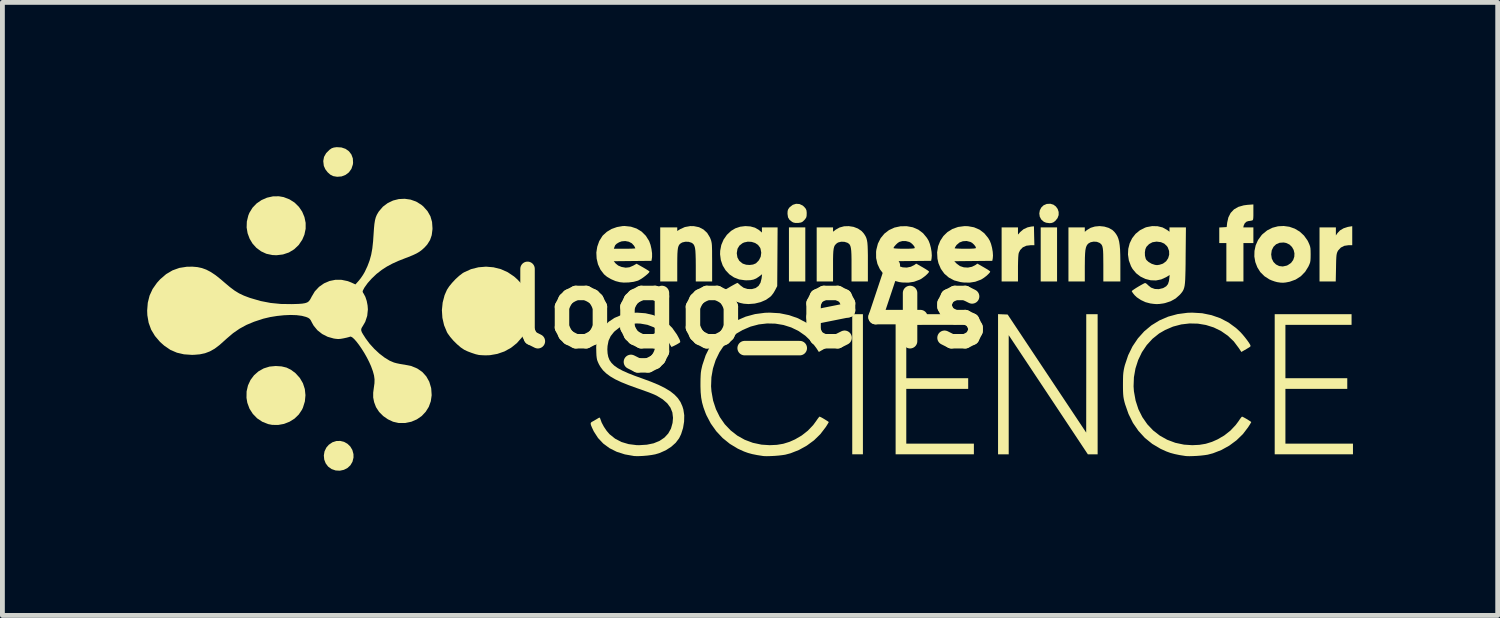
<source format=kicad_pcb>
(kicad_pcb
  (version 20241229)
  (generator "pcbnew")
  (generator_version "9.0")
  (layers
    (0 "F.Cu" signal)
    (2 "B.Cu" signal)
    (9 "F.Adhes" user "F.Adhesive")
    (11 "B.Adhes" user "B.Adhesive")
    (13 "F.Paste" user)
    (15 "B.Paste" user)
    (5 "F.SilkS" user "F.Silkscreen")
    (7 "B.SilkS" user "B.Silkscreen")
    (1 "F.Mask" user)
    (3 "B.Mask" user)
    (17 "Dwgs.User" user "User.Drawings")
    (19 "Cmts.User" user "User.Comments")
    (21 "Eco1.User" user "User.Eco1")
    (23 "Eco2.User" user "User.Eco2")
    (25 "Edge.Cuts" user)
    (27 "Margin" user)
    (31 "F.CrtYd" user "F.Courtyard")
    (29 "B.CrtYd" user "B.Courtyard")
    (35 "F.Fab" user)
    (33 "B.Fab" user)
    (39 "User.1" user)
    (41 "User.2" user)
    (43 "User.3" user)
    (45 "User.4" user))
  (footprint "logo_e4s"
    (layer "F.Cu")
    (at 12.491 3.344)
    (property "Reference" "logo_e4s" (at 0 0 0) (layer "F.SilkS") (effects (font (size 1.5 1.5) (thickness 0.3))))
    (attr board_only exclude_from_pos_files exclude_from_bom)
    (fp_poly (pts (xy 1.15 -1.12) (xy 1.15 -0.56) (xy 0.98 -0.56) (xy 0.811 -0.56) (xy 0.811 -1.12) (xy 0.811 -1.681) (xy 0.98 -1.681) (xy 1.15 -1.681)) (stroke (width 0) (type solid)) (fill yes) (layer "F.SilkS"))
    (fp_poly (pts (xy 2.344 1.57) (xy 2.344 3.022) (xy 2.233 3.022) (xy 2.123 3.022) (xy 2.123 1.57) (xy 2.123 0.118) (xy 2.233 0.118) (xy 2.344 0.118)) (stroke (width 0) (type solid)) (fill yes) (layer "F.SilkS"))
    (fp_poly (pts (xy 6.368 -1.12) (xy 6.368 -0.56) (xy 6.199 -0.56) (xy 6.029 -0.56) (xy 6.029 -1.12) (xy 6.029 -1.681) (xy 6.199 -1.681) (xy 6.368 -1.681)) (stroke (width 0) (type solid)) (fill yes) (layer "F.SilkS"))
    (fp_poly (pts (xy 5.244 0.121) (xy 5.344 0.125) (xy 6.158 1.349) (xy 6.972 2.572) (xy 6.973 1.345) (xy 6.973 0.118) (xy 7.091 0.118) (xy 7.209 0.118) (xy 7.209 1.57) (xy 7.209 3.022) (xy 7.107 3.022) (xy 7.006 3.022) (xy 6.186 1.787) (xy 5.366 0.553) (xy 5.366 1.787) (xy 5.366 3.022) (xy 5.255 3.022) (xy 5.145 3.022) (xy 5.145 1.569) (xy 5.145 0.117)) (stroke (width 0) (type solid)) (fill yes) (layer "F.SilkS"))
    (fp_poly (pts (xy 6.293 -2.152) (xy 6.344 -2.114) (xy 6.381 -2.062) (xy 6.401 -2.001) (xy 6.401 -1.936) (xy 6.378 -1.873) (xy 6.331 -1.815) (xy 6.331 -1.815) (xy 6.289 -1.784) (xy 6.247 -1.771) (xy 6.209 -1.769) (xy 6.141 -1.778) (xy 6.093 -1.798) (xy 6.04 -1.845) (xy 6.009 -1.904) (xy 6 -1.97) (xy 6.011 -2.035) (xy 6.041 -2.093) (xy 6.089 -2.139) (xy 6.154 -2.167) (xy 6.228 -2.171)) (stroke (width 0) (type solid)) (fill yes) (layer "F.SilkS"))
    (fp_poly (pts (xy -8.41 2.764) (xy -8.339 2.804) (xy -8.281 2.86) (xy -8.238 2.932) (xy -8.215 3.018) (xy -8.214 3.089) (xy -8.235 3.175) (xy -8.278 3.249) (xy -8.339 3.306) (xy -8.414 3.344) (xy -8.498 3.362) (xy -8.585 3.357) (xy -8.669 3.328) (xy -8.74 3.277) (xy -8.791 3.209) (xy -8.821 3.131) (xy -8.829 3.046) (xy -8.815 2.962) (xy -8.778 2.884) (xy -8.727 2.825) (xy -8.651 2.773) (xy -8.57 2.747) (xy -8.488 2.745)) (stroke (width 0) (type solid)) (fill yes) (layer "F.SilkS"))
    (fp_poly (pts (xy 4.629 0.228) (xy 4.629 0.339) (xy 3.936 0.339) (xy 3.243 0.339) (xy 3.243 0.892) (xy 3.243 1.445) (xy 3.884 1.445) (xy 4.526 1.445) (xy 4.526 1.555) (xy 4.526 1.666) (xy 3.884 1.666) (xy 3.243 1.666) (xy 3.243 2.233) (xy 3.243 2.801) (xy 3.943 2.801) (xy 4.644 2.801) (xy 4.644 2.911) (xy 4.644 3.022) (xy 3.833 3.022) (xy 3.022 3.022) (xy 3.022 1.57) (xy 3.022 0.118) (xy 3.825 0.118) (xy 4.629 0.118)) (stroke (width 0) (type solid)) (fill yes) (layer "F.SilkS"))
    (fp_poly (pts (xy 12.472 0.228) (xy 12.472 0.339) (xy 11.786 0.339) (xy 11.101 0.339) (xy 11.101 0.892) (xy 11.101 1.445) (xy 11.742 1.445) (xy 12.383 1.445) (xy 12.383 1.555) (xy 12.383 1.666) (xy 11.742 1.666) (xy 11.101 1.666) (xy 11.101 2.233) (xy 11.101 2.801) (xy 11.801 2.801) (xy 12.501 2.801) (xy 12.501 2.911) (xy 12.501 3.022) (xy 11.69 3.022) (xy 10.879 3.022) (xy 10.879 1.57) (xy 10.879 0.118) (xy 11.675 0.118) (xy 12.472 0.118)) (stroke (width 0) (type solid)) (fill yes) (layer "F.SilkS"))
    (fp_poly (pts (xy -8.465 -3.338) (xy -8.379 -3.309) (xy -8.309 -3.259) (xy -8.258 -3.192) (xy -8.228 -3.111) (xy -8.223 -3.018) (xy -8.228 -2.982) (xy -8.258 -2.893) (xy -8.31 -2.821) (xy -8.379 -2.769) (xy -8.462 -2.737) (xy -8.554 -2.73) (xy -8.636 -2.744) (xy -8.695 -2.774) (xy -8.751 -2.824) (xy -8.798 -2.886) (xy -8.828 -2.953) (xy -8.83 -2.96) (xy -8.841 -3.056) (xy -8.825 -3.142) (xy -8.781 -3.22) (xy -8.709 -3.292) (xy -8.708 -3.292) (xy -8.666 -3.321) (xy -8.622 -3.336) (xy -8.564 -3.344)) (stroke (width 0) (type solid)) (fill yes) (layer "F.SilkS"))
    (fp_poly (pts (xy 5.893 -1.507) (xy 5.898 -1.312) (xy 5.823 -1.312) (xy 5.731 -1.301) (xy 5.657 -1.267) (xy 5.603 -1.211) (xy 5.574 -1.151) (xy 5.568 -1.117) (xy 5.563 -1.057) (xy 5.56 -0.976) (xy 5.558 -0.879) (xy 5.558 -0.831) (xy 5.558 -0.56) (xy 5.388 -0.56) (xy 5.219 -0.56) (xy 5.219 -1.12) (xy 5.219 -1.681) (xy 5.388 -1.681) (xy 5.558 -1.681) (xy 5.558 -1.606) (xy 5.558 -1.532) (xy 5.605 -1.586) (xy 5.673 -1.643) (xy 5.757 -1.682) (xy 5.832 -1.698) (xy 5.889 -1.703)) (stroke (width 0) (type solid)) (fill yes) (layer "F.SilkS"))
    (fp_poly (pts (xy 1.03 -2.165) (xy 1.096 -2.134) (xy 1.131 -2.102) (xy 1.16 -2.067) (xy 1.174 -2.033) (xy 1.179 -1.989) (xy 1.179 -1.968) (xy 1.177 -1.917) (xy 1.167 -1.881) (xy 1.143 -1.848) (xy 1.13 -1.833) (xy 1.096 -1.8) (xy 1.063 -1.783) (xy 1.017 -1.775) (xy 1.001 -1.773) (xy 0.943 -1.773) (xy 0.9 -1.783) (xy 0.875 -1.796) (xy 0.822 -1.839) (xy 0.792 -1.889) (xy 0.782 -1.956) (xy 0.781 -1.972) (xy 0.784 -2.023) (xy 0.796 -2.058) (xy 0.822 -2.094) (xy 0.829 -2.102) (xy 0.891 -2.149) (xy 0.959 -2.17)) (stroke (width 0) (type solid)) (fill yes) (layer "F.SilkS"))
    (fp_poly (pts (xy 12.486 -1.509) (xy 12.486 -1.312) (xy 12.409 -1.312) (xy 12.322 -1.299) (xy 12.25 -1.263) (xy 12.196 -1.205) (xy 12.185 -1.187) (xy 12.174 -1.163) (xy 12.166 -1.137) (xy 12.16 -1.104) (xy 12.156 -1.058) (xy 12.153 -0.995) (xy 12.151 -0.911) (xy 12.15 -0.844) (xy 12.144 -0.56) (xy 11.976 -0.56) (xy 11.808 -0.56) (xy 11.808 -1.12) (xy 11.808 -1.681) (xy 11.978 -1.681) (xy 12.147 -1.681) (xy 12.147 -1.597) (xy 12.147 -1.514) (xy 12.181 -1.564) (xy 12.233 -1.619) (xy 12.306 -1.662) (xy 12.392 -1.69) (xy 12.412 -1.694) (xy 12.486 -1.706)) (stroke (width 0) (type solid)) (fill yes) (layer "F.SilkS"))
    (fp_poly (pts (xy -9.663 -2.309) (xy -9.541 -2.262) (xy -9.434 -2.194) (xy -9.346 -2.107) (xy -9.278 -2.007) (xy -9.231 -1.895) (xy -9.206 -1.775) (xy -9.206 -1.652) (xy -9.232 -1.529) (xy -9.275 -1.428) (xy -9.35 -1.316) (xy -9.444 -1.227) (xy -9.553 -1.161) (xy -9.676 -1.12) (xy -9.81 -1.104) (xy -9.897 -1.108) (xy -10.02 -1.134) (xy -10.13 -1.185) (xy -10.226 -1.256) (xy -10.306 -1.344) (xy -10.367 -1.446) (xy -10.409 -1.559) (xy -10.429 -1.678) (xy -10.425 -1.802) (xy -10.395 -1.926) (xy -10.372 -1.983) (xy -10.308 -2.088) (xy -10.223 -2.177) (xy -10.121 -2.247) (xy -10.007 -2.297) (xy -9.885 -2.324) (xy -9.761 -2.326)) (stroke (width 0) (type solid)) (fill yes) (layer "F.SilkS"))
    (fp_poly (pts (xy -9.705 1.2) (xy -9.602 1.225) (xy -9.509 1.271) (xy -9.417 1.34) (xy -9.415 1.342) (xy -9.327 1.439) (xy -9.262 1.55) (xy -9.223 1.67) (xy -9.21 1.797) (xy -9.222 1.926) (xy -9.262 2.055) (xy -9.282 2.098) (xy -9.349 2.198) (xy -9.436 2.282) (xy -9.54 2.347) (xy -9.655 2.392) (xy -9.777 2.414) (xy -9.901 2.412) (xy -9.982 2.396) (xy -10.104 2.348) (xy -10.212 2.276) (xy -10.301 2.184) (xy -10.37 2.076) (xy -10.415 1.954) (xy -10.432 1.852) (xy -10.43 1.719) (xy -10.401 1.594) (xy -10.349 1.482) (xy -10.276 1.384) (xy -10.184 1.303) (xy -10.076 1.242) (xy -9.955 1.204) (xy -9.826 1.192)) (stroke (width 0) (type solid)) (fill yes) (layer "F.SilkS"))
    (fp_poly (pts (xy 10.437 -1.994) (xy 10.437 -1.923) (xy 10.435 -1.876) (xy 10.431 -1.847) (xy 10.424 -1.832) (xy 10.412 -1.825) (xy 10.404 -1.823) (xy 10.362 -1.815) (xy 10.339 -1.813) (xy 10.296 -1.8) (xy 10.258 -1.766) (xy 10.237 -1.721) (xy 10.228 -1.681) (xy 10.332 -1.681) (xy 10.437 -1.681) (xy 10.437 -1.518) (xy 10.437 -1.356) (xy 10.334 -1.356) (xy 10.231 -1.356) (xy 10.231 -0.958) (xy 10.231 -0.56) (xy 10.054 -0.56) (xy 9.877 -0.56) (xy 9.877 -0.958) (xy 9.877 -1.356) (xy 9.803 -1.356) (xy 9.73 -1.356) (xy 9.73 -1.518) (xy 9.73 -1.679) (xy 9.807 -1.683) (xy 9.884 -1.688) (xy 9.894 -1.779) (xy 9.919 -1.889) (xy 9.966 -1.981) (xy 10.035 -2.054) (xy 10.125 -2.106) (xy 10.237 -2.138) (xy 10.313 -2.148) (xy 10.437 -2.157)) (stroke (width 0) (type solid)) (fill yes) (layer "F.SilkS"))
    (fp_poly (pts (xy 7.346 -1.698) (xy 7.437 -1.671) (xy 7.515 -1.627) (xy 7.557 -1.587) (xy 7.591 -1.543) (xy 7.618 -1.498) (xy 7.639 -1.446) (xy 7.655 -1.386) (xy 7.666 -1.312) (xy 7.674 -1.222) (xy 7.678 -1.111) (xy 7.68 -0.977) (xy 7.68 -0.903) (xy 7.68 -0.56) (xy 7.504 -0.56) (xy 7.327 -0.56) (xy 7.327 -0.907) (xy 7.326 -1.028) (xy 7.325 -1.122) (xy 7.322 -1.194) (xy 7.316 -1.248) (xy 7.307 -1.288) (xy 7.295 -1.316) (xy 7.278 -1.337) (xy 7.256 -1.355) (xy 7.247 -1.361) (xy 7.192 -1.382) (xy 7.126 -1.386) (xy 7.063 -1.373) (xy 7.02 -1.349) (xy 6.997 -1.326) (xy 6.979 -1.297) (xy 6.965 -1.258) (xy 6.955 -1.207) (xy 6.949 -1.139) (xy 6.945 -1.05) (xy 6.944 -0.938) (xy 6.943 -0.871) (xy 6.943 -0.56) (xy 6.774 -0.56) (xy 6.604 -0.56) (xy 6.604 -1.12) (xy 6.604 -1.681) (xy 6.774 -1.681) (xy 6.943 -1.681) (xy 6.943 -1.635) (xy 6.943 -1.589) (xy 6.987 -1.626) (xy 7.063 -1.672) (xy 7.152 -1.699) (xy 7.249 -1.708)) (stroke (width 0) (type solid)) (fill yes) (layer "F.SilkS"))
    (fp_poly (pts (xy -1.16 -1.707) (xy -1.052 -1.685) (xy -0.96 -1.637) (xy -0.884 -1.567) (xy -0.827 -1.473) (xy -0.813 -1.439) (xy -0.803 -1.412) (xy -0.796 -1.384) (xy -0.79 -1.353) (xy -0.786 -1.313) (xy -0.784 -1.261) (xy -0.782 -1.193) (xy -0.782 -1.104) (xy -0.781 -0.99) (xy -0.781 -0.958) (xy -0.781 -0.56) (xy -0.951 -0.56) (xy -1.12 -0.56) (xy -1.12 -0.892) (xy -1.121 -1.018) (xy -1.124 -1.118) (xy -1.128 -1.195) (xy -1.136 -1.254) (xy -1.148 -1.296) (xy -1.164 -1.327) (xy -1.186 -1.349) (xy -1.21 -1.364) (xy -1.268 -1.382) (xy -1.335 -1.384) (xy -1.397 -1.37) (xy -1.415 -1.361) (xy -1.441 -1.344) (xy -1.462 -1.323) (xy -1.477 -1.295) (xy -1.489 -1.256) (xy -1.496 -1.204) (xy -1.501 -1.133) (xy -1.503 -1.042) (xy -1.504 -0.925) (xy -1.504 -0.899) (xy -1.504 -0.56) (xy -1.681 -0.56) (xy -1.857 -0.56) (xy -1.857 -1.12) (xy -1.857 -1.681) (xy -1.681 -1.681) (xy -1.504 -1.681) (xy -1.504 -1.644) (xy -1.504 -1.606) (xy -1.446 -1.643) (xy -1.347 -1.688) (xy -1.235 -1.708)) (stroke (width 0) (type solid)) (fill yes) (layer "F.SilkS"))
    (fp_poly (pts (xy 2.15 -1.692) (xy 2.241 -1.657) (xy 2.317 -1.605) (xy 2.353 -1.566) (xy 2.379 -1.53) (xy 2.4 -1.495) (xy 2.416 -1.458) (xy 2.428 -1.415) (xy 2.437 -1.361) (xy 2.442 -1.294) (xy 2.445 -1.208) (xy 2.447 -1.101) (xy 2.447 -0.968) (xy 2.447 -0.965) (xy 2.447 -0.56) (xy 2.278 -0.56) (xy 2.108 -0.56) (xy 2.108 -0.9) (xy 2.108 -1.023) (xy 2.106 -1.121) (xy 2.102 -1.196) (xy 2.095 -1.252) (xy 2.085 -1.293) (xy 2.071 -1.323) (xy 2.052 -1.343) (xy 2.027 -1.36) (xy 2.022 -1.363) (xy 1.96 -1.382) (xy 1.893 -1.384) (xy 1.832 -1.369) (xy 1.806 -1.354) (xy 1.782 -1.332) (xy 1.762 -1.309) (xy 1.748 -1.279) (xy 1.738 -1.239) (xy 1.731 -1.185) (xy 1.727 -1.114) (xy 1.725 -1.021) (xy 1.725 -0.903) (xy 1.725 -0.892) (xy 1.725 -0.56) (xy 1.555 -0.56) (xy 1.386 -0.56) (xy 1.386 -1.12) (xy 1.386 -1.681) (xy 1.555 -1.681) (xy 1.725 -1.681) (xy 1.725 -1.636) (xy 1.725 -1.591) (xy 1.78 -1.634) (xy 1.861 -1.679) (xy 1.954 -1.704) (xy 2.052 -1.707)) (stroke (width 0) (type solid)) (fill yes) (layer "F.SilkS"))
    (fp_poly (pts (xy -5.313 -0.854) (xy -5.161 -0.816) (xy -5.018 -0.752) (xy -4.887 -0.664) (xy -4.814 -0.599) (xy -4.746 -0.525) (xy -4.695 -0.454) (xy -4.649 -0.371) (xy -4.648 -0.369) (xy -4.601 -0.263) (xy -4.571 -0.167) (xy -4.554 -0.072) (xy -4.549 0.036) (xy -4.549 0.052) (xy -4.553 0.162) (xy -4.568 0.259) (xy -4.597 0.353) (xy -4.641 0.457) (xy -4.648 0.472) (xy -4.728 0.604) (xy -4.83 0.719) (xy -4.95 0.815) (xy -5.086 0.89) (xy -5.233 0.941) (xy -5.387 0.968) (xy -5.477 0.971) (xy -5.535 0.969) (xy -5.585 0.966) (xy -5.617 0.963) (xy -5.685 0.947) (xy -5.766 0.92) (xy -5.848 0.889) (xy -5.918 0.856) (xy -5.926 0.851) (xy -5.994 0.805) (xy -6.068 0.741) (xy -6.143 0.667) (xy -6.21 0.589) (xy -6.262 0.517) (xy -6.277 0.491) (xy -6.337 0.347) (xy -6.372 0.193) (xy -6.382 0.034) (xy -6.366 -0.125) (xy -6.326 -0.277) (xy -6.277 -0.388) (xy -6.232 -0.457) (xy -6.17 -0.533) (xy -6.098 -0.61) (xy -6.022 -0.679) (xy -5.951 -0.733) (xy -5.926 -0.748) (xy -5.779 -0.815) (xy -5.625 -0.854) (xy -5.468 -0.867)) (stroke (width 0) (type solid)) (fill yes) (layer "F.SilkS"))
    (fp_poly (pts (xy 11.183 -1.694) (xy 11.294 -1.655) (xy 11.397 -1.594) (xy 11.486 -1.512) (xy 11.559 -1.41) (xy 11.577 -1.374) (xy 11.598 -1.326) (xy 11.612 -1.287) (xy 11.62 -1.246) (xy 11.623 -1.195) (xy 11.624 -1.123) (xy 11.624 -1.12) (xy 11.623 -1.048) (xy 11.62 -0.996) (xy 11.613 -0.955) (xy 11.599 -0.917) (xy 11.578 -0.871) (xy 11.578 -0.87) (xy 11.509 -0.759) (xy 11.42 -0.668) (xy 11.312 -0.599) (xy 11.19 -0.555) (xy 11.174 -0.552) (xy 11.107 -0.539) (xy 11.054 -0.534) (xy 11.001 -0.536) (xy 10.933 -0.546) (xy 10.932 -0.546) (xy 10.88 -0.56) (xy 10.817 -0.582) (xy 10.767 -0.604) (xy 10.665 -0.67) (xy 10.581 -0.754) (xy 10.519 -0.853) (xy 10.477 -0.962) (xy 10.457 -1.077) (xy 10.458 -1.121) (xy 10.806 -1.121) (xy 10.818 -1.036) (xy 10.853 -0.965) (xy 10.905 -0.913) (xy 10.971 -0.88) (xy 11.046 -0.871) (xy 11.126 -0.888) (xy 11.151 -0.899) (xy 11.218 -0.945) (xy 11.262 -1.005) (xy 11.285 -1.073) (xy 11.288 -1.144) (xy 11.272 -1.213) (xy 11.237 -1.275) (xy 11.186 -1.325) (xy 11.117 -1.358) (xy 11.064 -1.368) (xy 10.98 -1.362) (xy 10.908 -1.331) (xy 10.854 -1.279) (xy 10.818 -1.208) (xy 10.806 -1.122) (xy 10.806 -1.121) (xy 10.458 -1.121) (xy 10.46 -1.194) (xy 10.485 -1.31) (xy 10.534 -1.42) (xy 10.607 -1.52) (xy 10.625 -1.539) (xy 10.723 -1.619) (xy 10.833 -1.674) (xy 10.948 -1.704) (xy 11.066 -1.71)) (stroke (width 0) (type solid)) (fill yes) (layer "F.SilkS"))
    (fp_poly (pts (xy 4.52 -1.706) (xy 4.647 -1.683) (xy 4.761 -1.634) (xy 4.859 -1.56) (xy 4.939 -1.463) (xy 4.975 -1.402) (xy 5 -1.337) (xy 5.021 -1.257) (xy 5.035 -1.174) (xy 5.04 -1.097) (xy 5.036 -1.043) (xy 5.026 -0.988) (xy 4.632 -0.984) (xy 4.238 -0.98) (xy 4.29 -0.927) (xy 4.356 -0.879) (xy 4.435 -0.853) (xy 4.521 -0.848) (xy 4.605 -0.865) (xy 4.676 -0.901) (xy 4.716 -0.93) (xy 4.849 -0.854) (xy 4.905 -0.821) (xy 4.949 -0.793) (xy 4.976 -0.773) (xy 4.983 -0.765) (xy 4.971 -0.742) (xy 4.941 -0.71) (xy 4.899 -0.672) (xy 4.852 -0.636) (xy 4.805 -0.606) (xy 4.785 -0.596) (xy 4.671 -0.554) (xy 4.555 -0.536) (xy 4.429 -0.539) (xy 4.364 -0.548) (xy 4.236 -0.582) (xy 4.125 -0.641) (xy 4.032 -0.721) (xy 3.96 -0.821) (xy 3.91 -0.938) (xy 3.889 -1.032) (xy 3.882 -1.165) (xy 3.896 -1.248) (xy 4.246 -1.248) (xy 4.26 -1.245) (xy 4.298 -1.242) (xy 4.355 -1.24) (xy 4.427 -1.238) (xy 4.467 -1.238) (xy 4.564 -1.239) (xy 4.633 -1.242) (xy 4.674 -1.247) (xy 4.688 -1.254) (xy 4.688 -1.254) (xy 4.676 -1.287) (xy 4.647 -1.324) (xy 4.609 -1.359) (xy 4.574 -1.379) (xy 4.494 -1.399) (xy 4.415 -1.394) (xy 4.344 -1.367) (xy 4.287 -1.318) (xy 4.278 -1.306) (xy 4.257 -1.273) (xy 4.246 -1.251) (xy 4.246 -1.248) (xy 3.896 -1.248) (xy 3.902 -1.29) (xy 3.947 -1.403) (xy 4.012 -1.502) (xy 4.097 -1.585) (xy 4.199 -1.648) (xy 4.316 -1.69) (xy 4.444 -1.707)) (stroke (width 0) (type solid)) (fill yes) (layer "F.SilkS"))
    (fp_poly (pts (xy -2.465 -1.696) (xy -2.347 -1.657) (xy -2.243 -1.594) (xy -2.156 -1.508) (xy -2.089 -1.402) (xy -2.085 -1.393) (xy -2.058 -1.319) (xy -2.038 -1.231) (xy -2.026 -1.144) (xy -2.026 -1.068) (xy -2.028 -1.052) (xy -2.038 -0.988) (xy -2.429 -0.984) (xy -2.82 -0.98) (xy -2.78 -0.932) (xy -2.728 -0.89) (xy -2.658 -0.861) (xy -2.573 -0.846) (xy -2.496 -0.854) (xy -2.417 -0.888) (xy -2.408 -0.893) (xy -2.347 -0.928) (xy -2.213 -0.852) (xy -2.157 -0.819) (xy -2.113 -0.792) (xy -2.085 -0.772) (xy -2.079 -0.765) (xy -2.09 -0.744) (xy -2.121 -0.713) (xy -2.164 -0.677) (xy -2.214 -0.639) (xy -2.265 -0.606) (xy -2.309 -0.582) (xy -2.323 -0.576) (xy -2.408 -0.553) (xy -2.509 -0.54) (xy -2.613 -0.537) (xy -2.693 -0.545) (xy -2.783 -0.568) (xy -2.876 -0.608) (xy -2.961 -0.658) (xy -3.022 -0.709) (xy -3.096 -0.806) (xy -3.147 -0.916) (xy -3.175 -1.036) (xy -3.181 -1.159) (xy -3.169 -1.238) (xy -2.818 -1.238) (xy -2.596 -1.238) (xy -2.518 -1.239) (xy -2.453 -1.24) (xy -2.404 -1.243) (xy -2.377 -1.245) (xy -2.373 -1.247) (xy -2.38 -1.265) (xy -2.397 -1.296) (xy -2.399 -1.3) (xy -2.445 -1.351) (xy -2.508 -1.384) (xy -2.581 -1.398) (xy -2.656 -1.392) (xy -2.71 -1.372) (xy -2.76 -1.342) (xy -2.79 -1.312) (xy -2.807 -1.271) (xy -2.818 -1.238) (xy -3.169 -1.238) (xy -3.162 -1.281) (xy -3.121 -1.397) (xy -3.056 -1.502) (xy -3.043 -1.517) (xy -2.964 -1.589) (xy -2.866 -1.648) (xy -2.754 -1.688) (xy -2.638 -1.708) (xy -2.595 -1.71)) (stroke (width 0) (type solid)) (fill yes) (layer "F.SilkS"))
    (fp_poly (pts (xy 3.379 -1.683) (xy 3.493 -1.634) (xy 3.591 -1.56) (xy 3.671 -1.463) (xy 3.707 -1.402) (xy 3.732 -1.337) (xy 3.753 -1.257) (xy 3.767 -1.174) (xy 3.772 -1.097) (xy 3.768 -1.043) (xy 3.758 -0.988) (xy 3.364 -0.984) (xy 2.97 -0.98) (xy 3.023 -0.927) (xy 3.088 -0.879) (xy 3.168 -0.853) (xy 3.253 -0.848) (xy 3.337 -0.865) (xy 3.408 -0.901) (xy 3.448 -0.93) (xy 3.582 -0.854) (xy 3.637 -0.821) (xy 3.681 -0.793) (xy 3.708 -0.773) (xy 3.715 -0.765) (xy 3.704 -0.742) (xy 3.674 -0.71) (xy 3.632 -0.672) (xy 3.584 -0.636) (xy 3.538 -0.606) (xy 3.517 -0.596) (xy 3.403 -0.554) (xy 3.287 -0.536) (xy 3.161 -0.539) (xy 3.096 -0.548) (xy 2.971 -0.582) (xy 2.861 -0.64) (xy 2.769 -0.718) (xy 2.696 -0.814) (xy 2.645 -0.924) (xy 2.618 -1.045) (xy 2.617 -1.175) (xy 2.622 -1.215) (xy 2.631 -1.252) (xy 2.978 -1.252) (xy 2.992 -1.247) (xy 3.031 -1.243) (xy 3.09 -1.24) (xy 3.164 -1.238) (xy 3.199 -1.238) (xy 3.296 -1.239) (xy 3.365 -1.242) (xy 3.406 -1.247) (xy 3.42 -1.254) (xy 3.42 -1.254) (xy 3.409 -1.287) (xy 3.379 -1.324) (xy 3.341 -1.359) (xy 3.306 -1.379) (xy 3.236 -1.397) (xy 3.162 -1.398) (xy 3.099 -1.38) (xy 3.097 -1.379) (xy 3.063 -1.356) (xy 3.028 -1.323) (xy 2.997 -1.288) (xy 2.98 -1.26) (xy 2.978 -1.252) (xy 2.631 -1.252) (xy 2.655 -1.345) (xy 2.712 -1.458) (xy 2.79 -1.552) (xy 2.885 -1.625) (xy 2.997 -1.677) (xy 3.123 -1.704) (xy 3.252 -1.706)) (stroke (width 0) (type solid)) (fill yes) (layer "F.SilkS"))
    (fp_poly (pts (xy 0.011 -1.701) (xy 0.107 -1.675) (xy 0.187 -1.629) (xy 0.2 -1.618) (xy 0.251 -1.574) (xy 0.251 -1.627) (xy 0.251 -1.681) (xy 0.413 -1.681) (xy 0.576 -1.681) (xy 0.572 -1.072) (xy 0.568 -0.464) (xy 0.524 -0.379) (xy 0.492 -0.324) (xy 0.453 -0.272) (xy 0.427 -0.245) (xy 0.336 -0.18) (xy 0.225 -0.132) (xy 0.102 -0.102) (xy -0.027 -0.092) (xy -0.125 -0.099) (xy -0.195 -0.114) (xy -0.273 -0.139) (xy -0.343 -0.17) (xy -0.37 -0.185) (xy -0.405 -0.211) (xy -0.444 -0.247) (xy -0.483 -0.287) (xy -0.515 -0.325) (xy -0.535 -0.354) (xy -0.538 -0.369) (xy -0.523 -0.38) (xy -0.489 -0.402) (xy -0.442 -0.429) (xy -0.39 -0.46) (xy -0.338 -0.489) (xy -0.294 -0.513) (xy -0.264 -0.528) (xy -0.256 -0.531) (xy -0.241 -0.521) (xy -0.213 -0.496) (xy -0.197 -0.48) (xy -0.129 -0.43) (xy -0.046 -0.404) (xy 0.042 -0.402) (xy 0.121 -0.424) (xy 0.181 -0.468) (xy 0.222 -0.535) (xy 0.244 -0.623) (xy 0.244 -0.624) (xy 0.254 -0.71) (xy 0.186 -0.658) (xy 0.131 -0.622) (xy 0.075 -0.599) (xy 0.01 -0.587) (xy -0.074 -0.584) (xy -0.1 -0.585) (xy -0.22 -0.602) (xy -0.328 -0.644) (xy -0.423 -0.708) (xy -0.501 -0.791) (xy -0.562 -0.891) (xy -0.601 -1.004) (xy -0.617 -1.128) (xy -0.616 -1.142) (xy -0.27 -1.142) (xy -0.257 -1.058) (xy -0.219 -0.989) (xy -0.157 -0.937) (xy -0.14 -0.928) (xy -0.076 -0.907) (xy -0.004 -0.902) (xy 0.067 -0.911) (xy 0.124 -0.935) (xy 0.129 -0.938) (xy 0.189 -1) (xy 0.226 -1.074) (xy 0.237 -1.156) (xy 0.222 -1.239) (xy 0.212 -1.262) (xy 0.17 -1.318) (xy 0.11 -1.358) (xy 0.037 -1.381) (xy -0.042 -1.385) (xy -0.118 -1.369) (xy -0.154 -1.352) (xy -0.216 -1.303) (xy -0.255 -1.238) (xy -0.269 -1.156) (xy -0.27 -1.142) (xy -0.616 -1.142) (xy -0.614 -1.198) (xy -0.591 -1.317) (xy -0.544 -1.428) (xy -0.475 -1.527) (xy -0.389 -1.608) (xy -0.301 -1.661) (xy -0.2 -1.695) (xy -0.093 -1.708)) (stroke (width 0) (type solid)) (fill yes) (layer "F.SilkS"))
    (fp_poly (pts (xy 8.452 -1.705) (xy 8.555 -1.68) (xy 8.644 -1.631) (xy 8.649 -1.628) (xy 8.698 -1.591) (xy 8.698 -1.636) (xy 8.698 -1.681) (xy 8.868 -1.681) (xy 9.039 -1.681) (xy 9.033 -1.087) (xy 9.032 -0.929) (xy 9.03 -0.796) (xy 9.027 -0.688) (xy 9.024 -0.599) (xy 9.019 -0.529) (xy 9.012 -0.472) (xy 9.002 -0.428) (xy 8.989 -0.391) (xy 8.973 -0.36) (xy 8.953 -0.332) (xy 8.929 -0.303) (xy 8.909 -0.281) (xy 8.825 -0.207) (xy 8.722 -0.15) (xy 8.606 -0.112) (xy 8.565 -0.104) (xy 8.491 -0.094) (xy 8.429 -0.091) (xy 8.366 -0.096) (xy 8.3 -0.105) (xy 8.201 -0.131) (xy 8.105 -0.176) (xy 8.02 -0.233) (xy 7.976 -0.275) (xy 7.944 -0.314) (xy 7.923 -0.345) (xy 7.916 -0.36) (xy 7.928 -0.372) (xy 7.96 -0.395) (xy 8.004 -0.424) (xy 8.055 -0.455) (xy 8.107 -0.485) (xy 8.152 -0.51) (xy 8.185 -0.526) (xy 8.192 -0.528) (xy 8.212 -0.521) (xy 8.241 -0.497) (xy 8.254 -0.483) (xy 8.316 -0.433) (xy 8.393 -0.405) (xy 8.476 -0.401) (xy 8.561 -0.421) (xy 8.575 -0.427) (xy 8.631 -0.461) (xy 8.667 -0.506) (xy 8.687 -0.569) (xy 8.693 -0.611) (xy 8.702 -0.694) (xy 8.63 -0.65) (xy 8.527 -0.603) (xy 8.419 -0.581) (xy 8.308 -0.585) (xy 8.2 -0.612) (xy 8.098 -0.661) (xy 8.008 -0.73) (xy 7.934 -0.818) (xy 7.901 -0.876) (xy 7.856 -0.996) (xy 7.838 -1.118) (xy 7.84 -1.163) (xy 8.188 -1.163) (xy 8.19 -1.095) (xy 8.205 -1.034) (xy 8.219 -1.007) (xy 8.266 -0.963) (xy 8.33 -0.926) (xy 8.399 -0.904) (xy 8.44 -0.899) (xy 8.49 -0.906) (xy 8.547 -0.924) (xy 8.566 -0.932) (xy 8.629 -0.979) (xy 8.671 -1.042) (xy 8.692 -1.115) (xy 8.69 -1.192) (xy 8.663 -1.266) (xy 8.645 -1.293) (xy 8.59 -1.345) (xy 8.521 -1.375) (xy 8.433 -1.386) (xy 8.428 -1.386) (xy 8.345 -1.373) (xy 8.275 -1.335) (xy 8.22 -1.278) (xy 8.198 -1.228) (xy 8.188 -1.163) (xy 7.84 -1.163) (xy 7.844 -1.237) (xy 7.873 -1.351) (xy 7.924 -1.456) (xy 7.995 -1.547) (xy 8.085 -1.621) (xy 8.193 -1.676) (xy 8.226 -1.687) (xy 8.34 -1.708)) (stroke (width 0) (type solid)) (fill yes) (layer "F.SilkS"))
    (fp_poly (pts (xy 0.618 0.098) (xy 0.813 0.138) (xy 0.997 0.202) (xy 1.167 0.292) (xy 1.322 0.405) (xy 1.41 0.488) (xy 1.458 0.541) (xy 1.506 0.599) (xy 1.551 0.656) (xy 1.588 0.708) (xy 1.613 0.749) (xy 1.622 0.773) (xy 1.62 0.782) (xy 1.612 0.792) (xy 1.593 0.806) (xy 1.558 0.827) (xy 1.503 0.86) (xy 1.5 0.861) (xy 1.431 0.901) (xy 1.38 0.822) (xy 1.274 0.682) (xy 1.15 0.564) (xy 1.011 0.467) (xy 0.859 0.393) (xy 0.698 0.342) (xy 0.53 0.314) (xy 0.359 0.31) (xy 0.186 0.33) (xy 0.016 0.375) (xy -0.15 0.446) (xy -0.274 0.518) (xy -0.411 0.628) (xy -0.53 0.758) (xy -0.629 0.906) (xy -0.708 1.069) (xy -0.764 1.243) (xy -0.796 1.425) (xy -0.803 1.613) (xy -0.795 1.716) (xy -0.761 1.909) (xy -0.702 2.088) (xy -0.621 2.252) (xy -0.519 2.399) (xy -0.397 2.527) (xy -0.259 2.635) (xy -0.105 2.721) (xy 0.063 2.784) (xy 0.243 2.822) (xy 0.413 2.833) (xy 0.561 2.826) (xy 0.693 2.804) (xy 0.822 2.764) (xy 0.937 2.713) (xy 1.076 2.632) (xy 1.203 2.532) (xy 1.313 2.417) (xy 1.373 2.335) (xy 1.404 2.29) (xy 1.429 2.257) (xy 1.444 2.241) (xy 1.446 2.241) (xy 1.463 2.248) (xy 1.497 2.265) (xy 1.538 2.289) (xy 1.58 2.315) (xy 1.615 2.337) (xy 1.635 2.352) (xy 1.636 2.354) (xy 1.629 2.369) (xy 1.609 2.402) (xy 1.581 2.447) (xy 1.57 2.463) (xy 1.462 2.604) (xy 1.331 2.732) (xy 1.181 2.842) (xy 1.017 2.933) (xy 0.844 3.001) (xy 0.734 3.03) (xy 0.675 3.039) (xy 0.599 3.048) (xy 0.514 3.055) (xy 0.429 3.059) (xy 0.352 3.061) (xy 0.292 3.059) (xy 0.273 3.057) (xy 0.151 3.038) (xy 0.051 3.018) (xy -0.037 2.994) (xy -0.12 2.964) (xy -0.206 2.925) (xy -0.251 2.904) (xy -0.413 2.806) (xy -0.563 2.685) (xy -0.696 2.543) (xy -0.809 2.384) (xy -0.9 2.211) (xy -0.919 2.165) (xy -0.96 2.053) (xy -0.989 1.95) (xy -1.008 1.848) (xy -1.019 1.736) (xy -1.023 1.607) (xy -1.023 1.563) (xy -1.022 1.466) (xy -1.019 1.391) (xy -1.015 1.331) (xy -1.007 1.277) (xy -0.995 1.223) (xy -0.983 1.172) (xy -0.915 0.969) (xy -0.824 0.785) (xy -0.713 0.619) (xy -0.582 0.473) (xy -0.432 0.349) (xy -0.267 0.247) (xy -0.086 0.169) (xy 0.108 0.116) (xy 0.314 0.089) (xy 0.413 0.086)) (stroke (width 0) (type solid)) (fill yes) (layer "F.SilkS"))
    (fp_poly (pts (xy 9.374 0.098) (xy 9.569 0.138) (xy 9.753 0.202) (xy 9.924 0.292) (xy 10.078 0.405) (xy 10.167 0.488) (xy 10.215 0.541) (xy 10.263 0.599) (xy 10.307 0.656) (xy 10.344 0.708) (xy 10.369 0.749) (xy 10.378 0.773) (xy 10.377 0.782) (xy 10.369 0.792) (xy 10.35 0.806) (xy 10.315 0.827) (xy 10.26 0.86) (xy 10.257 0.861) (xy 10.188 0.901) (xy 10.136 0.822) (xy 10.031 0.682) (xy 9.907 0.564) (xy 9.767 0.467) (xy 9.616 0.393) (xy 9.454 0.342) (xy 9.287 0.314) (xy 9.115 0.31) (xy 8.943 0.33) (xy 8.772 0.375) (xy 8.607 0.446) (xy 8.483 0.518) (xy 8.346 0.628) (xy 8.227 0.758) (xy 8.127 0.906) (xy 8.049 1.069) (xy 7.993 1.243) (xy 7.961 1.425) (xy 7.954 1.613) (xy 7.961 1.716) (xy 7.996 1.909) (xy 8.054 2.088) (xy 8.136 2.252) (xy 8.238 2.399) (xy 8.359 2.527) (xy 8.498 2.635) (xy 8.652 2.721) (xy 8.82 2.784) (xy 9 2.822) (xy 9.169 2.833) (xy 9.317 2.826) (xy 9.45 2.804) (xy 9.579 2.764) (xy 9.694 2.713) (xy 9.833 2.632) (xy 9.96 2.532) (xy 10.069 2.417) (xy 10.13 2.335) (xy 10.16 2.29) (xy 10.185 2.257) (xy 10.201 2.241) (xy 10.202 2.241) (xy 10.22 2.248) (xy 10.253 2.265) (xy 10.295 2.289) (xy 10.337 2.315) (xy 10.372 2.337) (xy 10.391 2.352) (xy 10.393 2.354) (xy 10.385 2.369) (xy 10.366 2.402) (xy 10.337 2.447) (xy 10.327 2.463) (xy 10.219 2.604) (xy 10.087 2.732) (xy 9.938 2.842) (xy 9.774 2.933) (xy 9.6 3.001) (xy 9.49 3.03) (xy 9.431 3.039) (xy 9.355 3.048) (xy 9.27 3.055) (xy 9.185 3.059) (xy 9.109 3.061) (xy 9.049 3.059) (xy 9.029 3.057) (xy 8.907 3.038) (xy 8.806 3.017) (xy 8.717 2.993) (xy 8.634 2.963) (xy 8.548 2.924) (xy 8.513 2.908) (xy 8.341 2.806) (xy 8.188 2.682) (xy 8.055 2.537) (xy 7.941 2.372) (xy 7.849 2.186) (xy 7.778 1.983) (xy 7.765 1.936) (xy 7.752 1.88) (xy 7.743 1.827) (xy 7.738 1.77) (xy 7.735 1.701) (xy 7.734 1.614) (xy 7.734 1.563) (xy 7.735 1.466) (xy 7.737 1.391) (xy 7.742 1.331) (xy 7.75 1.277) (xy 7.761 1.223) (xy 7.774 1.172) (xy 7.842 0.969) (xy 7.932 0.785) (xy 8.044 0.619) (xy 8.175 0.473) (xy 8.324 0.349) (xy 8.49 0.247) (xy 8.671 0.169) (xy 8.865 0.116) (xy 9.071 0.089) (xy 9.17 0.086)) (stroke (width 0) (type solid)) (fill yes) (layer "F.SilkS"))
    (fp_poly (pts (xy -2.161 0.099) (xy -2 0.137) (xy -1.853 0.2) (xy -1.723 0.288) (xy -1.609 0.401) (xy -1.512 0.538) (xy -1.482 0.592) (xy -1.455 0.645) (xy -1.443 0.679) (xy -1.444 0.699) (xy -1.448 0.704) (xy -1.477 0.723) (xy -1.516 0.746) (xy -1.559 0.768) (xy -1.596 0.786) (xy -1.621 0.796) (xy -1.626 0.796) (xy -1.635 0.78) (xy -1.655 0.746) (xy -1.681 0.699) (xy -1.686 0.689) (xy -1.77 0.565) (xy -1.871 0.465) (xy -1.988 0.39) (xy -2.12 0.339) (xy -2.267 0.313) (xy -2.344 0.31) (xy -2.483 0.319) (xy -2.603 0.348) (xy -2.708 0.399) (xy -2.8 0.471) (xy -2.817 0.488) (xy -2.884 0.573) (xy -2.928 0.668) (xy -2.949 0.777) (xy -2.953 0.848) (xy -2.948 0.93) (xy -2.934 1.003) (xy -2.908 1.069) (xy -2.867 1.128) (xy -2.811 1.183) (xy -2.736 1.236) (xy -2.64 1.288) (xy -2.522 1.341) (xy -2.379 1.397) (xy -2.229 1.451) (xy -2.045 1.519) (xy -1.889 1.584) (xy -1.757 1.65) (xy -1.648 1.716) (xy -1.56 1.786) (xy -1.49 1.86) (xy -1.436 1.94) (xy -1.397 2.029) (xy -1.377 2.094) (xy -1.359 2.214) (xy -1.362 2.345) (xy -1.384 2.478) (xy -1.424 2.604) (xy -1.465 2.689) (xy -1.536 2.783) (xy -1.63 2.867) (xy -1.743 2.939) (xy -1.869 2.995) (xy -1.958 3.022) (xy -2.033 3.036) (xy -2.122 3.048) (xy -2.217 3.056) (xy -2.307 3.06) (xy -2.382 3.059) (xy -2.403 3.057) (xy -2.59 3.024) (xy -2.759 2.97) (xy -2.908 2.895) (xy -3.038 2.799) (xy -3.146 2.684) (xy -3.233 2.549) (xy -3.242 2.531) (xy -3.274 2.463) (xy -3.293 2.416) (xy -3.299 2.385) (xy -3.293 2.365) (xy -3.276 2.351) (xy -3.269 2.347) (xy -3.237 2.33) (xy -3.193 2.304) (xy -3.172 2.292) (xy -3.135 2.269) (xy -3.115 2.261) (xy -3.106 2.268) (xy -3.1 2.284) (xy -3.071 2.364) (xy -3.024 2.452) (xy -2.967 2.536) (xy -2.907 2.606) (xy -2.792 2.698) (xy -2.66 2.767) (xy -2.512 2.811) (xy -2.346 2.832) (xy -2.293 2.833) (xy -2.134 2.823) (xy -1.993 2.794) (xy -1.871 2.744) (xy -1.77 2.676) (xy -1.691 2.591) (xy -1.634 2.489) (xy -1.601 2.371) (xy -1.592 2.266) (xy -1.605 2.155) (xy -1.645 2.055) (xy -1.712 1.964) (xy -1.807 1.882) (xy -1.929 1.808) (xy -1.98 1.784) (xy -2.024 1.766) (xy -2.089 1.74) (xy -2.17 1.711) (xy -2.258 1.679) (xy -2.337 1.652) (xy -2.513 1.588) (xy -2.662 1.528) (xy -2.787 1.469) (xy -2.89 1.409) (xy -2.974 1.347) (xy -3.042 1.282) (xy -3.095 1.212) (xy -3.129 1.153) (xy -3.15 1.106) (xy -3.165 1.067) (xy -3.173 1.025) (xy -3.179 0.973) (xy -3.182 0.901) (xy -3.182 0.889) (xy -3.184 0.806) (xy -3.181 0.743) (xy -3.174 0.69) (xy -3.161 0.637) (xy -3.156 0.622) (xy -3.101 0.489) (xy -3.023 0.372) (xy -2.924 0.274) (xy -2.805 0.195) (xy -2.668 0.137) (xy -2.516 0.1) (xy -2.35 0.086) (xy -2.337 0.086)) (stroke (width 0) (type solid)) (fill yes) (layer "F.SilkS"))
    (fp_poly (pts (xy -7.032 -2.257) (xy -6.916 -2.216) (xy -6.809 -2.15) (xy -6.767 -2.115) (xy -6.68 -2.017) (xy -6.62 -1.911) (xy -6.586 -1.793) (xy -6.577 -1.661) (xy -6.578 -1.637) (xy -6.593 -1.519) (xy -6.628 -1.418) (xy -6.686 -1.326) (xy -6.744 -1.262) (xy -6.795 -1.216) (xy -6.847 -1.177) (xy -6.908 -1.141) (xy -6.982 -1.106) (xy -7.075 -1.068) (xy -7.143 -1.042) (xy -7.288 -0.985) (xy -7.411 -0.929) (xy -7.521 -0.87) (xy -7.623 -0.804) (xy -7.63 -0.799) (xy -7.737 -0.716) (xy -7.835 -0.623) (xy -7.92 -0.528) (xy -7.986 -0.436) (xy -8.002 -0.407) (xy -8.021 -0.37) (xy -8.025 -0.347) (xy -8.016 -0.326) (xy -8.005 -0.31) (xy -7.969 -0.243) (xy -7.94 -0.156) (xy -7.922 -0.062) (xy -7.916 0.019) (xy -7.93 0.153) (xy -7.971 0.276) (xy -8.02 0.361) (xy -8.042 0.396) (xy -8.054 0.425) (xy -8.054 0.455) (xy -8.042 0.491) (xy -8.015 0.538) (xy -7.973 0.603) (xy -7.966 0.615) (xy -7.882 0.728) (xy -7.784 0.836) (xy -7.679 0.934) (xy -7.571 1.017) (xy -7.465 1.082) (xy -7.375 1.12) (xy -7.319 1.135) (xy -7.247 1.15) (xy -7.173 1.162) (xy -7.158 1.164) (xy -7.017 1.192) (xy -6.894 1.243) (xy -6.789 1.315) (xy -6.706 1.407) (xy -6.644 1.517) (xy -6.606 1.644) (xy -6.603 1.663) (xy -6.594 1.797) (xy -6.612 1.923) (xy -6.654 2.039) (xy -6.718 2.141) (xy -6.801 2.229) (xy -6.901 2.298) (xy -7.015 2.347) (xy -7.141 2.373) (xy -7.276 2.373) (xy -7.285 2.372) (xy -7.394 2.347) (xy -7.501 2.297) (xy -7.6 2.228) (xy -7.683 2.144) (xy -7.744 2.051) (xy -7.75 2.039) (xy -7.787 1.941) (xy -7.806 1.845) (xy -7.806 1.744) (xy -7.793 1.644) (xy -7.78 1.55) (xy -7.778 1.468) (xy -7.789 1.387) (xy -7.813 1.299) (xy -7.851 1.195) (xy -7.891 1.106) (xy -7.938 1.014) (xy -7.99 0.922) (xy -8.045 0.835) (xy -8.1 0.755) (xy -8.152 0.687) (xy -8.2 0.633) (xy -8.241 0.597) (xy -8.272 0.582) (xy -8.283 0.584) (xy -8.309 0.592) (xy -8.354 0.604) (xy -8.409 0.616) (xy -8.413 0.617) (xy -8.48 0.629) (xy -8.534 0.633) (xy -8.592 0.627) (xy -8.624 0.622) (xy -8.749 0.587) (xy -8.863 0.529) (xy -8.962 0.451) (xy -9.04 0.356) (xy -9.075 0.294) (xy -9.1 0.245) (xy -9.123 0.215) (xy -9.152 0.194) (xy -9.198 0.175) (xy -9.198 0.175) (xy -9.286 0.152) (xy -9.395 0.138) (xy -9.521 0.134) (xy -9.657 0.14) (xy -9.8 0.155) (xy -9.942 0.178) (xy -10.078 0.21) (xy -10.095 0.215) (xy -10.274 0.274) (xy -10.432 0.34) (xy -10.575 0.418) (xy -10.711 0.512) (xy -10.846 0.627) (xy -10.88 0.658) (xy -10.991 0.757) (xy -11.093 0.834) (xy -11.191 0.889) (xy -11.291 0.927) (xy -11.399 0.95) (xy -11.519 0.96) (xy -11.565 0.961) (xy -11.727 0.95) (xy -11.874 0.916) (xy -12.009 0.858) (xy -12.135 0.772) (xy -12.223 0.694) (xy -12.329 0.57) (xy -12.408 0.439) (xy -12.46 0.297) (xy -12.487 0.141) (xy -12.491 0.044) (xy -12.478 -0.119) (xy -12.441 -0.267) (xy -12.378 -0.404) (xy -12.288 -0.532) (xy -12.221 -0.606) (xy -12.098 -0.712) (xy -11.966 -0.79) (xy -11.824 -0.841) (xy -11.671 -0.865) (xy -11.551 -0.867) (xy -11.449 -0.858) (xy -11.356 -0.838) (xy -11.265 -0.805) (xy -11.173 -0.757) (xy -11.075 -0.692) (xy -10.967 -0.606) (xy -10.882 -0.533) (xy -10.775 -0.443) (xy -10.679 -0.371) (xy -10.586 -0.314) (xy -10.487 -0.267) (xy -10.376 -0.225) (xy -10.349 -0.216) (xy -10.14 -0.155) (xy -9.933 -0.115) (xy -9.72 -0.094) (xy -9.492 -0.091) (xy -9.459 -0.092) (xy -9.355 -0.095) (xy -9.276 -0.101) (xy -9.217 -0.111) (xy -9.173 -0.126) (xy -9.141 -0.149) (xy -9.116 -0.181) (xy -9.092 -0.224) (xy -9.084 -0.241) (xy -9.016 -0.355) (xy -8.928 -0.449) (xy -8.825 -0.521) (xy -8.711 -0.57) (xy -8.588 -0.595) (xy -8.461 -0.594) (xy -8.332 -0.567) (xy -8.259 -0.538) (xy -8.174 -0.499) (xy -8.105 -0.576) (xy -8.063 -0.629) (xy -8.018 -0.695) (xy -7.98 -0.76) (xy -7.978 -0.765) (xy -7.924 -0.88) (xy -7.881 -0.994) (xy -7.848 -1.113) (xy -7.824 -1.245) (xy -7.808 -1.393) (xy -7.798 -1.541) (xy -7.79 -1.658) (xy -7.781 -1.752) (xy -7.769 -1.827) (xy -7.753 -1.888) (xy -7.731 -1.941) (xy -7.702 -1.991) (xy -7.688 -2.013) (xy -7.605 -2.11) (xy -7.505 -2.185) (xy -7.394 -2.238) (xy -7.275 -2.268) (xy -7.153 -2.274)) (stroke (width 0) (type solid)) (fill yes) (layer "F.SilkS")))
  (gr_rect
    (start -3 -3)
    (end 27.992 9.706)
    (stroke (width 0.1) (type default))
    (fill no)
    (layer "Edge.Cuts")))
</source>
